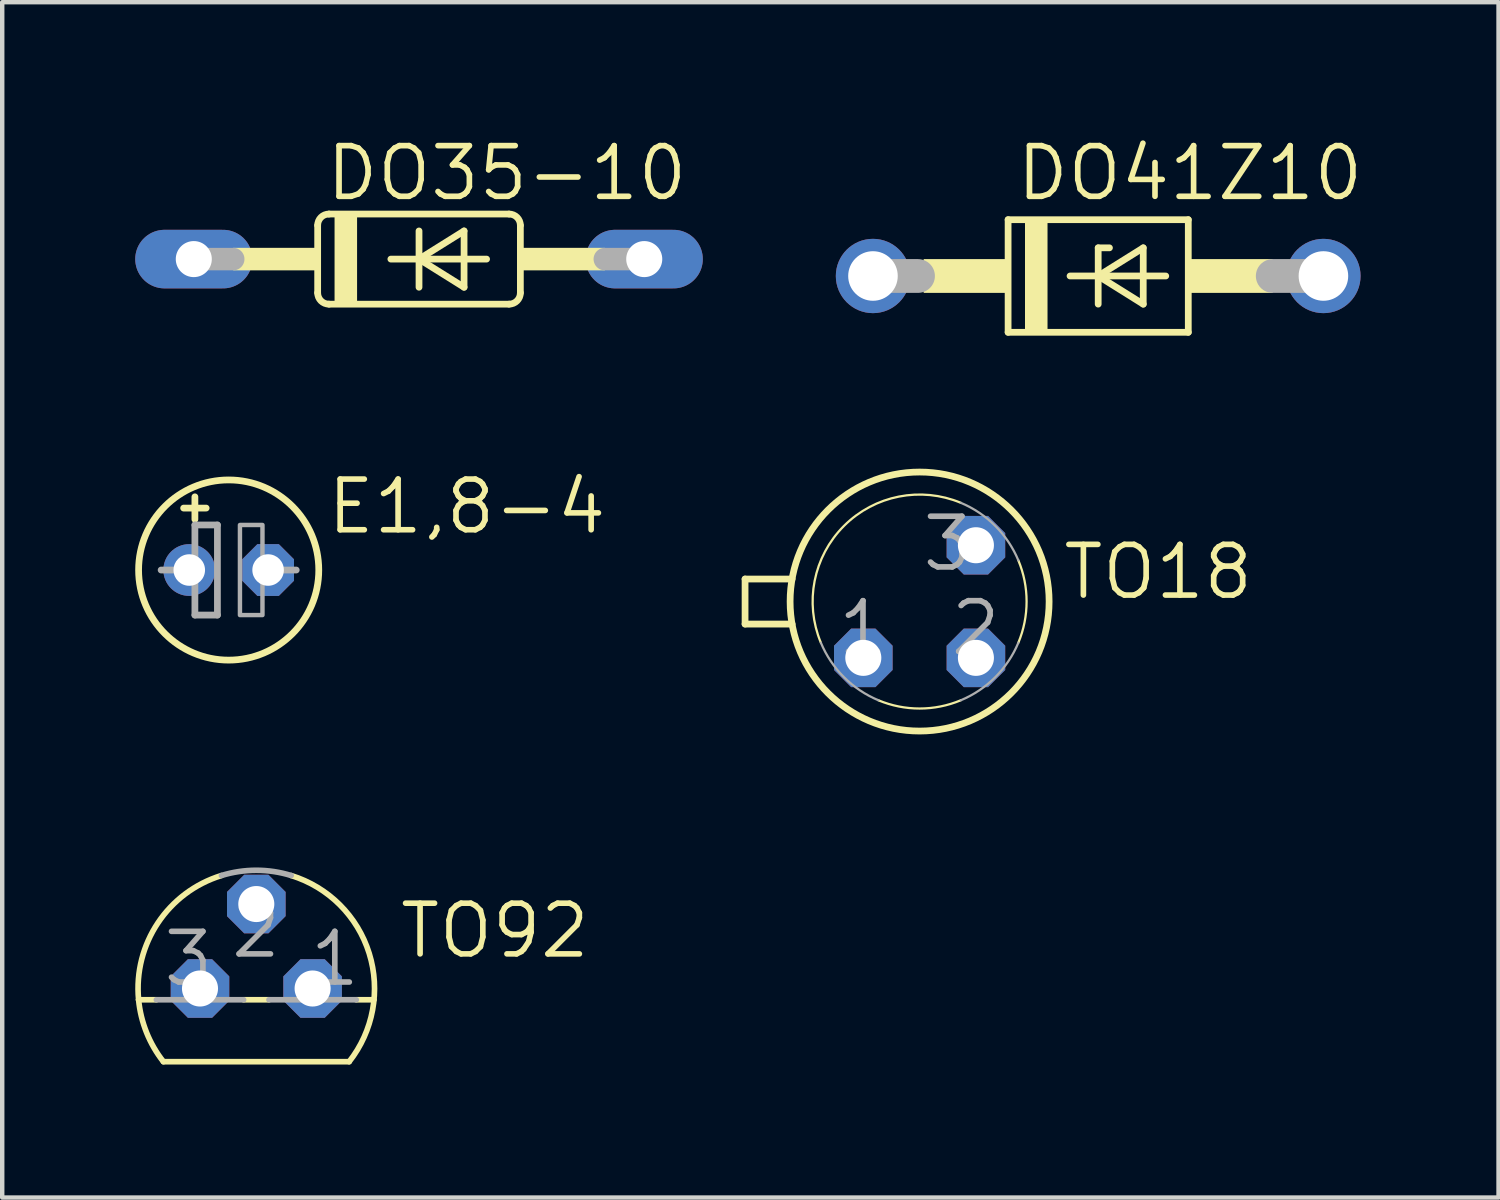
<source format=kicad_pcb>
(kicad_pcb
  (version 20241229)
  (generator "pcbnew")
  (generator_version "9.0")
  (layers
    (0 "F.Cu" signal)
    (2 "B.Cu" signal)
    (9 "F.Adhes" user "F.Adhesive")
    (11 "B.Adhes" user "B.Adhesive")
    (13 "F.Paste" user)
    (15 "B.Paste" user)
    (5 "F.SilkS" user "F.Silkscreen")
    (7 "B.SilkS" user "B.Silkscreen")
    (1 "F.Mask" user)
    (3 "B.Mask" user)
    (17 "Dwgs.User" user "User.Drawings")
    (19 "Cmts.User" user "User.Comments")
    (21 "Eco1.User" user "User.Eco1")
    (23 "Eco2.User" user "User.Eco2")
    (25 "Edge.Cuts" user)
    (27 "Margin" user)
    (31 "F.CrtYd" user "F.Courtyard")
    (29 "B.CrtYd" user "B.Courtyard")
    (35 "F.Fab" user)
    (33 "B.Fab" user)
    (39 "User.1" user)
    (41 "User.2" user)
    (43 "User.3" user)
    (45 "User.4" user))
  (footprint "TO18"
    (layer "F.Cu")
    (at 17.692 10.518)
    (property "Reference" "TO18" (at 3.175 0 0) (layer "F.SilkS") (effects (font (size 1.143 1.143) (thickness 0.127)) (justify left bottom)))
    (fp_line (start -3.937 -0.508) (end -2.877 -0.508) (stroke (width 0.152) (type solid)) (layer "F.SilkS"))
    (fp_line (start -3.937 0.508) (end -3.937 -0.508) (stroke (width 0.152) (type solid)) (layer "F.SilkS"))
    (fp_line (start -3.937 0.508) (end -2.877 0.508) (stroke (width 0.152) (type solid)) (layer "F.SilkS"))
    (fp_arc (start -2.227 0.9289) (mid -1.706187 -1.706287) (end 0.929 -2.2271) (stroke (width 0.0508) (type solid)) (layer "F.SilkS"))
    (fp_arc (start 0.928899 2.227) (mid 0 2.412961) (end -0.9289 2.227) (stroke (width 0.0508) (type solid)) (layer "F.SilkS"))
    (fp_arc (start 2.227 -0.928899) (mid 2.412961 0) (end 2.227 0.9289) (stroke (width 0.0508) (type solid)) (layer "F.SilkS"))
    (fp_circle (center 0 0) (end 2.921 0) (stroke (width 0.152) (type solid)) (fill no) (layer "F.SilkS"))
    (fp_arc (start -0.9289 2.227) (mid -1.706222 1.706222) (end -2.227 0.9289) (stroke (width 0.0508) (type solid)) (layer "F.Fab"))
    (fp_arc (start 0.9289 -2.227) (mid 1.706222 -1.706222) (end 2.227 -0.9289) (stroke (width 0.0508) (type solid)) (layer "F.Fab"))
    (fp_arc (start 2.227 0.9289) (mid 1.706222 1.706222) (end 0.9289 2.227) (stroke (width 0.0508) (type solid)) (layer "F.Fab"))
    (fp_text user "2" (at 0.635 1.27 0) (layer "F.Fab") (effects (font (size 1.143 1.143) (thickness 0.127)) (justify left bottom)))
    (fp_text user "1" (at -1.905 1.27 0) (layer "F.Fab") (effects (font (size 1.143 1.143) (thickness 0.127)) (justify left bottom)))
    (fp_text user "3" (at 0 -0.635 0) (layer "F.Fab") (effects (font (size 1.143 1.143) (thickness 0.127)) (justify left bottom)))
    (pad "1" thru_hole roundrect (at -1.27 1.27) (size 1.321 1.321) (drill 0.813) (layers "*.Cu" "*.Mask") (roundrect_rratio 0.25) (chamfer_ratio 0.293) (chamfer top_left top_right bottom_left bottom_right))
    (pad "2" thru_hole roundrect (at 1.27 1.27) (size 1.321 1.321) (drill 0.813) (layers "*.Cu" "*.Mask") (roundrect_rratio 0.25) (chamfer_ratio 0.293) (chamfer top_left top_right bottom_left bottom_right))
    (pad "3" thru_hole roundrect (at 1.27 -1.27) (size 1.321 1.321) (drill 0.813) (layers "*.Cu" "*.Mask") (roundrect_rratio 0.25) (chamfer_ratio 0.293) (chamfer top_left top_right bottom_left bottom_right)))
  (footprint "DO35-10"
    (layer "F.Cu")
    (at 6.401 2.794)
    (property "Reference" "DO35-10" (at -2.159 -1.27 0) (layer "F.SilkS") (effects (font (size 1.143 1.143) (thickness 0.127)) (justify left bottom)))
    (fp_line (start -2.286 -0.762) (end -2.286 0.762) (stroke (width 0.152) (type solid)) (layer "F.SilkS"))
    (fp_line (start -2.032 -1.016) (end 2.032 -1.016) (stroke (width 0.152) (type solid)) (layer "F.SilkS"))
    (fp_line (start -2.032 1.016) (end 2.032 1.016) (stroke (width 0.152) (type solid)) (layer "F.SilkS"))
    (fp_line (start -0.635 0) (end 0 0) (stroke (width 0.152) (type solid)) (layer "F.SilkS"))
    (fp_line (start 0 -0.635) (end 0 0) (stroke (width 0.152) (type solid)) (layer "F.SilkS"))
    (fp_line (start 0 0) (end 0 0.635) (stroke (width 0.152) (type solid)) (layer "F.SilkS"))
    (fp_line (start 0 0) (end 1.016 -0.635) (stroke (width 0.152) (type solid)) (layer "F.SilkS"))
    (fp_line (start 0 0) (end 1.524 0) (stroke (width 0.152) (type solid)) (layer "F.SilkS"))
    (fp_line (start 1.016 -0.635) (end 1.016 0.635) (stroke (width 0.152) (type solid)) (layer "F.SilkS"))
    (fp_line (start 1.016 0.635) (end 0 0) (stroke (width 0.152) (type solid)) (layer "F.SilkS"))
    (fp_line (start 2.286 0.762) (end 2.286 -0.762) (stroke (width 0.152) (type solid)) (layer "F.SilkS"))
    (fp_arc (start -2.286 -0.762) (mid -2.211605 -0.941605) (end -2.032 -1.016) (stroke (width 0.1524) (type solid)) (layer "F.SilkS"))
    (fp_arc (start -2.032 1.016) (mid -2.211605 0.941605) (end -2.286 0.762) (stroke (width 0.1524) (type solid)) (layer "F.SilkS"))
    (fp_arc (start 2.032 -1.016) (mid 2.211605 -0.941605) (end 2.286 -0.762) (stroke (width 0.1524) (type solid)) (layer "F.SilkS"))
    (fp_arc (start 2.286 0.762) (mid 2.211605 0.941605) (end 2.032 1.016) (stroke (width 0.1524) (type solid)) (layer "F.SilkS"))
    (fp_poly (pts (xy -4.191 0.254) (xy -2.286 0.254) (xy -2.286 -0.254) (xy -4.191 -0.254)) (stroke (width 0) (type solid)) (fill yes) (layer "F.SilkS"))
    (fp_poly (pts (xy -1.905 1.016) (xy -1.397 1.016) (xy -1.397 -1.016) (xy -1.905 -1.016)) (stroke (width 0) (type solid)) (fill yes) (layer "F.SilkS"))
    (fp_poly (pts (xy 2.286 0.254) (xy 4.191 0.254) (xy 4.191 -0.254) (xy 2.286 -0.254)) (stroke (width 0) (type solid)) (fill yes) (layer "F.SilkS"))
    (fp_line (start -5.08 0) (end -4.191 0) (stroke (width 0.508) (type solid)) (layer "F.Fab"))
    (fp_line (start 5.08 0) (end 4.191 0) (stroke (width 0.508) (type solid)) (layer "F.Fab"))
    (pad "A" thru_hole oval (at 5.08 0) (size 2.642 1.321) (drill 0.813) (layers "*.Cu" "*.Mask"))
    (pad "C" thru_hole oval (at -5.08 0) (size 2.642 1.321) (drill 0.813) (layers "*.Cu" "*.Mask")))
  (footprint "TO92"
    (layer "F.Cu")
    (at 2.731 19.246)
    (property "Reference" "TO92" (at 3.175 -0.635 0) (layer "F.SilkS") (effects (font (size 1.143 1.143) (thickness 0.127)) (justify left bottom)))
    (fp_line (start -2.655 0.254) (end -2.254 0.254) (stroke (width 0.127) (type solid)) (layer "F.SilkS"))
    (fp_line (start -2.095 1.651) (end 2.095 1.651) (stroke (width 0.127) (type solid)) (layer "F.SilkS"))
    (fp_line (start -0.286 0.254) (end 0.286 0.254) (stroke (width 0.127) (type solid)) (layer "F.SilkS"))
    (fp_line (start 2.254 0.254) (end 2.655 0.254) (stroke (width 0.127) (type solid)) (layer "F.SilkS"))
    (fp_arc (start -2.6549 0.254) (mid -2.219001 -1.479566) (end -0.786299 -2.548501) (stroke (width 0.127) (type solid)) (layer "F.SilkS"))
    (fp_arc (start -2.0946 1.651) (mid -2.475347 0.992847) (end -2.654901 0.254) (stroke (width 0.127) (type solid)) (layer "F.SilkS"))
    (fp_arc (start 0.7863 -2.5484) (mid 2.546275 -0.793203) (end 2.094499 1.651) (stroke (width 0.127) (type solid)) (layer "F.SilkS"))
    (fp_line (start -2.254 0.254) (end -0.286 0.254) (stroke (width 0.127) (type solid)) (layer "F.Fab"))
    (fp_line (start 0.286 0.254) (end 2.254 0.254) (stroke (width 0.127) (type solid)) (layer "F.Fab"))
    (fp_arc (start -0.7863 -2.5485) (mid 0 -2.667043) (end 0.7863 -2.5485) (stroke (width 0.127) (type solid)) (layer "F.Fab"))
    (fp_text user "3" (at -2.159 0 0) (layer "F.Fab") (effects (font (size 1.143 1.143) (thickness 0.127)) (justify left bottom)))
    (fp_text user "1" (at 1.143 0 0) (layer "F.Fab") (effects (font (size 1.143 1.143) (thickness 0.127)) (justify left bottom)))
    (fp_text user "2" (at -0.635 -0.635 0) (layer "F.Fab") (effects (font (size 1.143 1.143) (thickness 0.127)) (justify left bottom)))
    (pad "1" thru_hole roundrect (at 1.27 0) (size 1.321 1.321) (drill 0.813) (layers "*.Cu" "*.Mask") (roundrect_rratio 0.25) (chamfer_ratio 0.293) (chamfer top_left top_right bottom_left bottom_right))
    (pad "2" thru_hole roundrect (at 0 -1.905) (size 1.321 1.321) (drill 0.813) (layers "*.Cu" "*.Mask") (roundrect_rratio 0.25) (chamfer_ratio 0.293) (chamfer top_left top_right bottom_left bottom_right))
    (pad "3" thru_hole roundrect (at -1.27 0) (size 1.321 1.321) (drill 0.813) (layers "*.Cu" "*.Mask") (roundrect_rratio 0.25) (chamfer_ratio 0.293) (chamfer top_left top_right bottom_left bottom_right)))
  (footprint "DO41Z10"
    (layer "F.Cu")
    (at 21.72 3.175)
    (property "Reference" "DO41Z10" (at -1.905 -1.651 0) (layer "F.SilkS") (effects (font (size 1.143 1.143) (thickness 0.127)) (justify left bottom)))
    (fp_line (start -2.032 -1.27) (end -2.032 1.27) (stroke (width 0.152) (type solid)) (layer "F.SilkS"))
    (fp_line (start -2.032 -1.27) (end 2.032 -1.27) (stroke (width 0.152) (type solid)) (layer "F.SilkS"))
    (fp_line (start -0.635 0) (end 0 0) (stroke (width 0.152) (type solid)) (layer "F.SilkS"))
    (fp_line (start 0 -0.635) (end 0 0) (stroke (width 0.152) (type solid)) (layer "F.SilkS"))
    (fp_line (start 0 0) (end 0 0.635) (stroke (width 0.152) (type solid)) (layer "F.SilkS"))
    (fp_line (start 0 0) (end 1.016 -0.635) (stroke (width 0.152) (type solid)) (layer "F.SilkS"))
    (fp_line (start 0 0) (end 1.524 0) (stroke (width 0.152) (type solid)) (layer "F.SilkS"))
    (fp_line (start 0.254 -0.635) (end 0 -0.635) (stroke (width 0.152) (type solid)) (layer "F.SilkS"))
    (fp_line (start 1.016 -0.635) (end 1.016 0.635) (stroke (width 0.152) (type solid)) (layer "F.SilkS"))
    (fp_line (start 1.016 0.635) (end 0 0) (stroke (width 0.152) (type solid)) (layer "F.SilkS"))
    (fp_line (start 2.032 1.27) (end -2.032 1.27) (stroke (width 0.152) (type solid)) (layer "F.SilkS"))
    (fp_line (start 2.032 1.27) (end 2.032 -1.27) (stroke (width 0.152) (type solid)) (layer "F.SilkS"))
    (fp_poly (pts (xy -3.937 0.381) (xy -2.032 0.381) (xy -2.032 -0.381) (xy -3.937 -0.381)) (stroke (width 0) (type solid)) (fill yes) (layer "F.SilkS"))
    (fp_poly (pts (xy -1.651 1.27) (xy -1.143 1.27) (xy -1.143 -1.27) (xy -1.651 -1.27)) (stroke (width 0) (type solid)) (fill yes) (layer "F.SilkS"))
    (fp_poly (pts (xy 2.032 0.381) (xy 3.937 0.381) (xy 3.937 -0.381) (xy 2.032 -0.381)) (stroke (width 0) (type solid)) (fill yes) (layer "F.SilkS"))
    (fp_line (start -5.08 0) (end -4.064 0) (stroke (width 0.762) (type solid)) (layer "F.Fab"))
    (fp_line (start 5.08 0) (end 3.937 0) (stroke (width 0.762) (type solid)) (layer "F.Fab"))
    (pad "A" thru_hole circle (at 5.08 0) (size 1.676 1.676) (drill 1.118) (layers "*.Cu" "*.Mask"))
    (pad "C" thru_hole circle (at -5.08 0) (size 1.676 1.676) (drill 1.118) (layers "*.Cu" "*.Mask")))
  (footprint "E1,8-4"
    (layer "F.Cu")
    (at 2.108 9.807)
    (property "Reference" "E1,8-4" (at 2.159 -0.762 0) (layer "F.SilkS") (effects (font (size 1.143 1.143) (thickness 0.127)) (justify left bottom)))
    (fp_line (start -1.016 -1.397) (end -0.508 -1.397) (stroke (width 0.152) (type solid)) (layer "F.SilkS"))
    (fp_line (start -0.762 -1.143) (end -0.762 -1.651) (stroke (width 0.152) (type solid)) (layer "F.SilkS"))
    (fp_circle (center 0 0) (end 2.032 0) (stroke (width 0.152) (type solid)) (fill no) (layer "F.SilkS"))
    (fp_line (start -1.524 0) (end -0.762 0) (stroke (width 0.152) (type solid)) (layer "F.Fab"))
    (fp_line (start -0.762 -1.016) (end -0.762 0) (stroke (width 0.152) (type solid)) (layer "F.Fab"))
    (fp_line (start -0.762 0) (end -0.762 1.016) (stroke (width 0.152) (type solid)) (layer "F.Fab"))
    (fp_line (start -0.762 1.016) (end -0.254 1.016) (stroke (width 0.152) (type solid)) (layer "F.Fab"))
    (fp_line (start -0.254 -1.016) (end -0.762 -1.016) (stroke (width 0.152) (type solid)) (layer "F.Fab"))
    (fp_line (start -0.254 1.016) (end -0.254 -1.016) (stroke (width 0.152) (type solid)) (layer "F.Fab"))
    (fp_line (start 0.635 0) (end 1.524 0) (stroke (width 0.152) (type solid)) (layer "F.Fab"))
    (fp_poly (pts (xy 0.254 1.016) (xy 0.762 1.016) (xy 0.762 -1.016) (xy 0.254 -1.016)) (stroke (width 0.1) (type solid)) (fill no) (layer "F.Fab"))
    (pad "+" thru_hole circle (at -0.889 0) (size 1.168 1.168) (drill 0.711) (layers "*.Cu" "*.Mask"))
    (pad "-" thru_hole roundrect (at 0.889 0) (size 1.168 1.168) (drill 0.711) (layers "*.Cu" "*.Mask") (roundrect_rratio 0.25) (chamfer_ratio 0.293) (chamfer top_left top_right bottom_left bottom_right)))
  (gr_rect
    (start -3 -3)
    (end 30.75 23.961)
    (stroke (width 0.1) (type default))
    (fill no)
    (layer "Edge.Cuts")))
</source>
